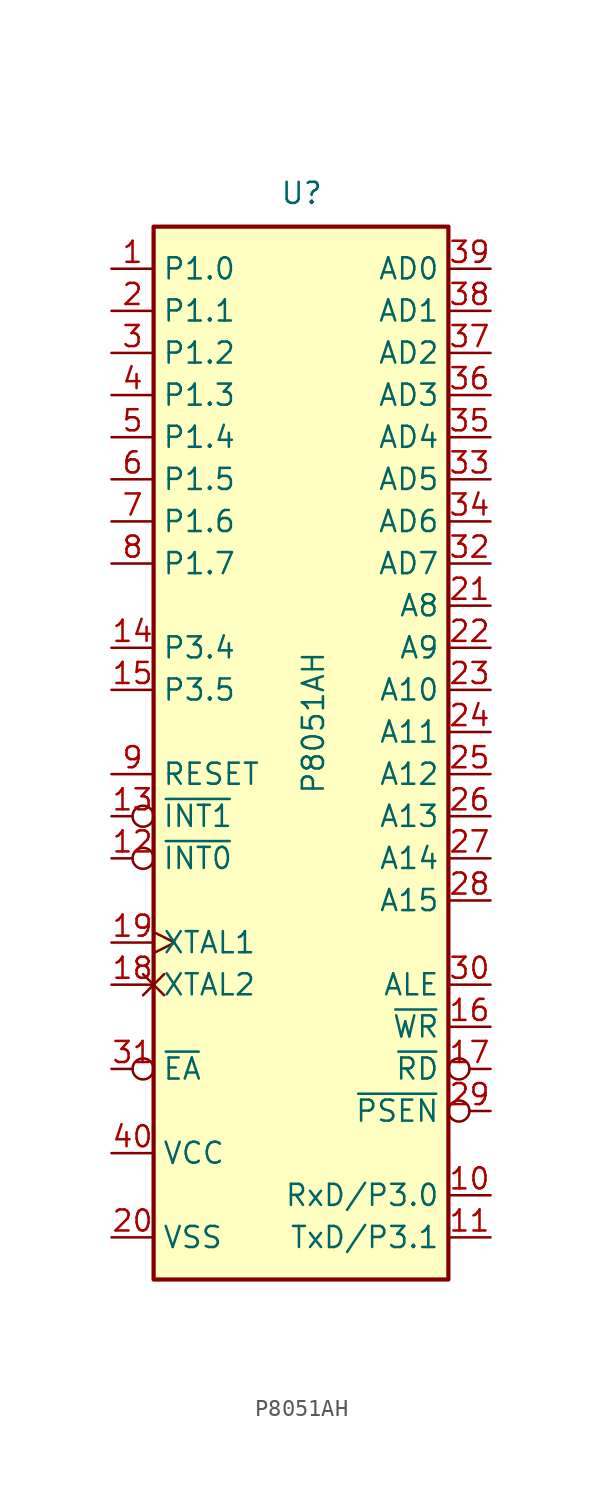
<source format=kicad_sym>
(kicad_symbol_lib
  (version 20220914)
  (generator kicad_symbol_editor)
  (symbol "P8051AH"
    (property "Reference" "U"
      (at -1.27 31.75 0)
      (effects (font (size 1.27 1.27)) (justify left bottom)))
    (property "Value" "P8051AH"
      (at 0 -3.81 90)
      (effects (font (size 1.27 1.27)) (justify left top)))
    (symbol "P8051AH_0_1"
      (rectangle (start -8.89 -33.02) (end 8.89 30.48) (stroke (width 0.254) (type default)) (fill (type background))))
    (symbol "P8051AH_1_1"
      (pin bidirectional line (at -11.43 27.94 0) (length 2.54) (name "P1.0" (effects (font (size 1.27 1.27)))) (number "1" (effects (font (size 1.27 1.27)))))
      (pin input line (at 11.43 -27.94 180) (length 2.54) (name "RxD/P3.0" (effects (font (size 1.27 1.27)))) (number "10" (effects (font (size 1.27 1.27)))))
      (pin output line (at 11.43 -30.48 180) (length 2.54) (name "TxD/P3.1" (effects (font (size 1.27 1.27)))) (number "11" (effects (font (size 1.27 1.27)))))
      (pin input inverted (at -11.43 -7.62 0) (length 2.54) (name "~{INT0}" (effects (font (size 1.27 1.27)))) (number "12" (effects (font (size 1.27 1.27)))))
      (pin input inverted (at -11.43 -5.08 0) (length 2.54) (name "~{INT1}" (effects (font (size 1.27 1.27)))) (number "13" (effects (font (size 1.27 1.27)))))
      (pin bidirectional line (at -11.43 5.08 0) (length 2.54) (name "P3.4" (effects (font (size 1.27 1.27)))) (number "14" (effects (font (size 1.27 1.27)))))
      (pin bidirectional line (at -11.43 2.54 0) (length 2.54) (name "P3.5" (effects (font (size 1.27 1.27)))) (number "15" (effects (font (size 1.27 1.27)))))
      (pin output line (at 11.43 -17.78 180) (length 2.54) (name "~{WR}" (effects (font (size 1.27 1.27)))) (number "16" (effects (font (size 1.27 1.27)))))
      (pin output inverted (at 11.43 -20.32 180) (length 2.54) (name "~{RD}" (effects (font (size 1.27 1.27)))) (number "17" (effects (font (size 1.27 1.27)))))
      (pin input non_logic (at -11.43 -15.24 0) (length 2.54) (name "XTAL2" (effects (font (size 1.27 1.27)))) (number "18" (effects (font (size 1.27 1.27)))))
      (pin input clock (at -11.43 -12.7 0) (length 2.54) (name "XTAL1" (effects (font (size 1.27 1.27)))) (number "19" (effects (font (size 1.27 1.27)))))
      (pin bidirectional line (at -11.43 25.4 0) (length 2.54) (name "P1.1" (effects (font (size 1.27 1.27)))) (number "2" (effects (font (size 1.27 1.27)))))
      (pin power_in line (at -11.43 -30.48 0) (length 2.54) (name "VSS" (effects (font (size 1.27 1.27)))) (number "20" (effects (font (size 1.27 1.27)))))
      (pin output line (at 11.43 7.62 180) (length 2.54) (name "A8" (effects (font (size 1.27 1.27)))) (number "21" (effects (font (size 1.27 1.27)))))
      (pin output line (at 11.43 5.08 180) (length 2.54) (name "A9" (effects (font (size 1.27 1.27)))) (number "22" (effects (font (size 1.27 1.27)))))
      (pin output line (at 11.43 2.54 180) (length 2.54) (name "A10" (effects (font (size 1.27 1.27)))) (number "23" (effects (font (size 1.27 1.27)))))
      (pin output line (at 11.43 0 180) (length 2.54) (name "A11" (effects (font (size 1.27 1.27)))) (number "24" (effects (font (size 1.27 1.27)))))
      (pin output line (at 11.43 -2.54 180) (length 2.54) (name "A12" (effects (font (size 1.27 1.27)))) (number "25" (effects (font (size 1.27 1.27)))))
      (pin output line (at 11.43 -5.08 180) (length 2.54) (name "A13" (effects (font (size 1.27 1.27)))) (number "26" (effects (font (size 1.27 1.27)))))
      (pin output line (at 11.43 -7.62 180) (length 2.54) (name "A14" (effects (font (size 1.27 1.27)))) (number "27" (effects (font (size 1.27 1.27)))))
      (pin output line (at 11.43 -10.16 180) (length 2.54) (name "A15" (effects (font (size 1.27 1.27)))) (number "28" (effects (font (size 1.27 1.27)))))
      (pin output inverted (at 11.43 -22.86 180) (length 2.54) (name "~{PSEN}" (effects (font (size 1.27 1.27)))) (number "29" (effects (font (size 1.27 1.27)))))
      (pin bidirectional line (at -11.43 22.86 0) (length 2.54) (name "P1.2" (effects (font (size 1.27 1.27)))) (number "3" (effects (font (size 1.27 1.27)))))
      (pin output line (at 11.43 -15.24 180) (length 2.54) (name "ALE" (effects (font (size 1.27 1.27)))) (number "30" (effects (font (size 1.27 1.27)))))
      (pin input inverted (at -11.43 -20.32 0) (length 2.54) (name "~{EA}" (effects (font (size 1.27 1.27)))) (number "31" (effects (font (size 1.27 1.27)))))
      (pin bidirectional line (at 11.43 10.16 180) (length 2.54) (name "AD7" (effects (font (size 1.27 1.27)))) (number "32" (effects (font (size 1.27 1.27)))))
      (pin bidirectional line (at 11.43 15.24 180) (length 2.54) (name "AD5" (effects (font (size 1.27 1.27)))) (number "33" (effects (font (size 1.27 1.27)))))
      (pin bidirectional line (at 11.43 12.7 180) (length 2.54) (name "AD6" (effects (font (size 1.27 1.27)))) (number "34" (effects (font (size 1.27 1.27)))))
      (pin bidirectional line (at 11.43 17.78 180) (length 2.54) (name "AD4" (effects (font (size 1.27 1.27)))) (number "35" (effects (font (size 1.27 1.27)))))
      (pin bidirectional line (at 11.43 20.32 180) (length 2.54) (name "AD3" (effects (font (size 1.27 1.27)))) (number "36" (effects (font (size 1.27 1.27)))))
      (pin bidirectional line (at 11.43 22.86 180) (length 2.54) (name "AD2" (effects (font (size 1.27 1.27)))) (number "37" (effects (font (size 1.27 1.27)))))
      (pin bidirectional line (at 11.43 25.4 180) (length 2.54) (name "AD1" (effects (font (size 1.27 1.27)))) (number "38" (effects (font (size 1.27 1.27)))))
      (pin bidirectional line (at 11.43 27.94 180) (length 2.54) (name "AD0" (effects (font (size 1.27 1.27)))) (number "39" (effects (font (size 1.27 1.27)))))
      (pin bidirectional line (at -11.43 20.32 0) (length 2.54) (name "P1.3" (effects (font (size 1.27 1.27)))) (number "4" (effects (font (size 1.27 1.27)))))
      (pin power_in line (at -11.43 -25.4 0) (length 2.54) (name "VCC" (effects (font (size 1.27 1.27)))) (number "40" (effects (font (size 1.27 1.27)))))
      (pin bidirectional line (at -11.43 17.78 0) (length 2.54) (name "P1.4" (effects (font (size 1.27 1.27)))) (number "5" (effects (font (size 1.27 1.27)))))
      (pin bidirectional line (at -11.43 15.24 0) (length 2.54) (name "P1.5" (effects (font (size 1.27 1.27)))) (number "6" (effects (font (size 1.27 1.27)))))
      (pin bidirectional line (at -11.43 12.7 0) (length 2.54) (name "P1.6" (effects (font (size 1.27 1.27)))) (number "7" (effects (font (size 1.27 1.27)))))
      (pin bidirectional line (at -11.43 10.16 0) (length 2.54) (name "P1.7" (effects (font (size 1.27 1.27)))) (number "8" (effects (font (size 1.27 1.27)))))
      (pin input line (at -11.43 -2.54 0) (length 2.54) (name "RESET" (effects (font (size 1.27 1.27)))) (number "9" (effects (font (size 1.27 1.27))))))))
</source>
